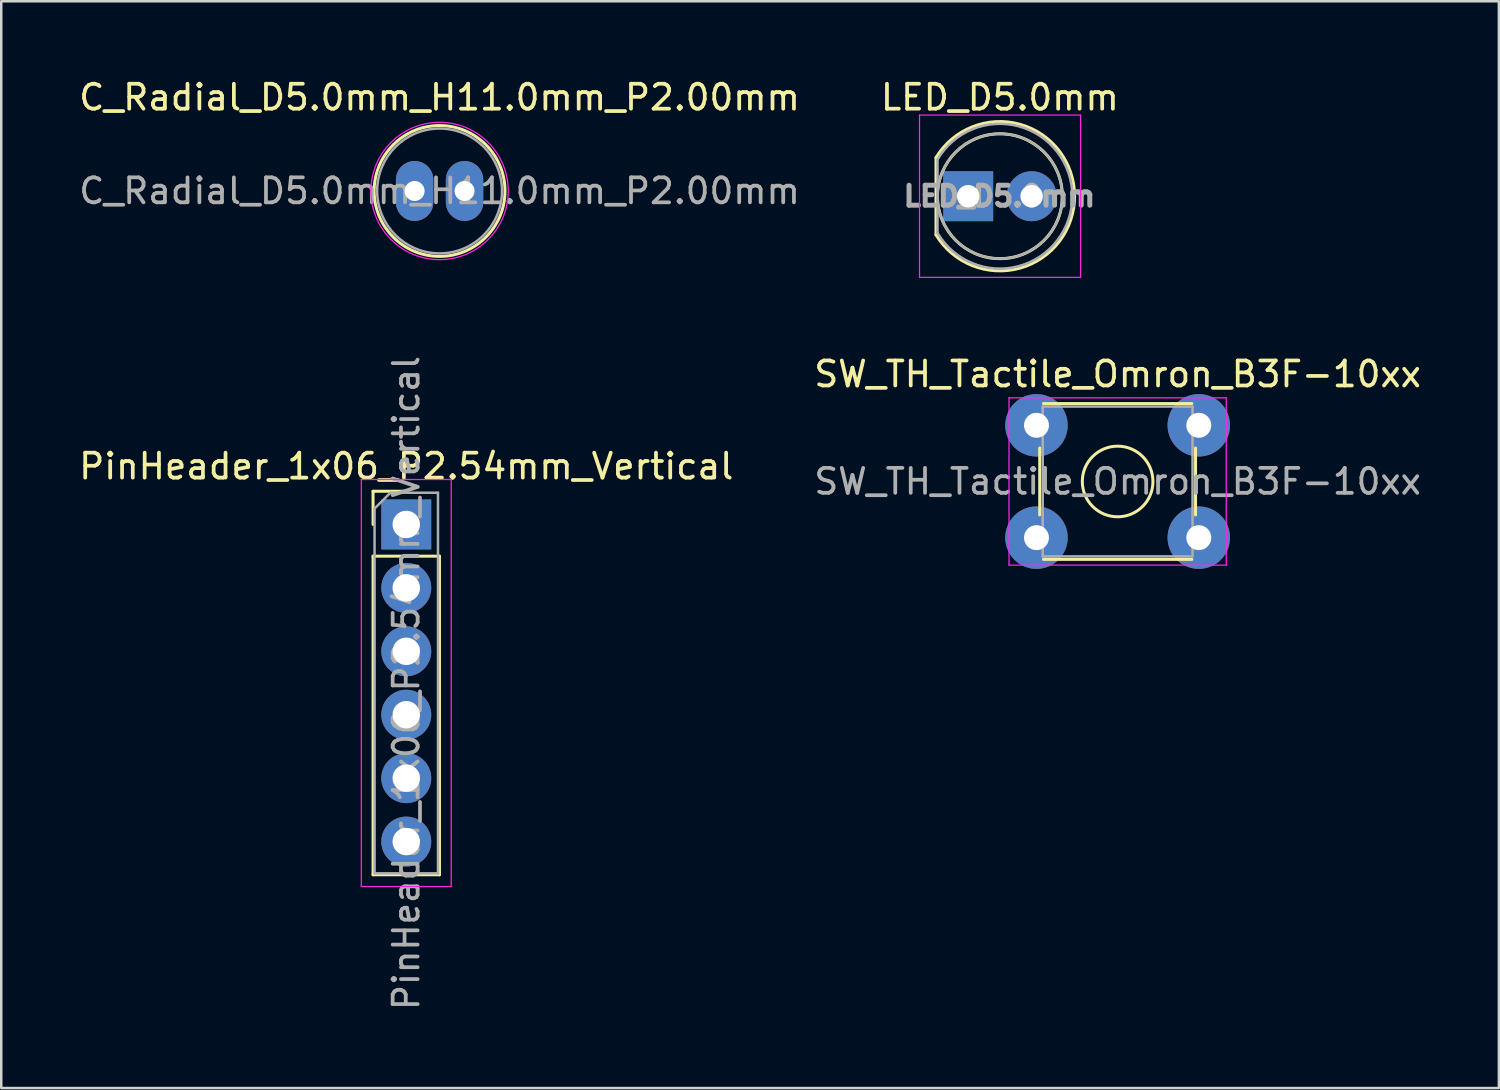
<source format=kicad_pcb>
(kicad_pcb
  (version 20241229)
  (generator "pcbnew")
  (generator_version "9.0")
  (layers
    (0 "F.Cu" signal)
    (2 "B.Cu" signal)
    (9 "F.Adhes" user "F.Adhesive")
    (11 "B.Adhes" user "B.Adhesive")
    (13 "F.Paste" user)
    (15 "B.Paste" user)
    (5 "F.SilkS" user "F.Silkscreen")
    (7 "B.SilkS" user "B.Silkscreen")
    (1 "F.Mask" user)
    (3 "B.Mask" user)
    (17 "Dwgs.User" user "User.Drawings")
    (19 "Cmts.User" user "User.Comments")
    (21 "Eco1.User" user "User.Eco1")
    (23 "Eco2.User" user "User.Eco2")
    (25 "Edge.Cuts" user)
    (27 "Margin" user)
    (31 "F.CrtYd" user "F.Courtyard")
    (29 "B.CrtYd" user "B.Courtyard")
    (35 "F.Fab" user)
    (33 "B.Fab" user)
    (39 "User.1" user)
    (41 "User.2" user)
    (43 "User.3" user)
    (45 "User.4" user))
  (footprint "PinHeader_1x06_P2.54mm_Vertical"
    (layer "F.Cu")
    (at 13.22 17.953)
    (property "Reference" "PinHeader_1x06_P2.54mm_Vertical" (at 0 -2.33 0) (layer "F.SilkS") (effects (font (size 1 1) (thickness 0.15))))
    (attr through_hole)
    (fp_line (start -1.33 -1.33) (end 0 -1.33) (stroke (width 0.12) (type solid)) (layer "F.SilkS"))
    (fp_line (start -1.33 0) (end -1.33 -1.33) (stroke (width 0.12) (type solid)) (layer "F.SilkS"))
    (fp_line (start -1.33 1.27) (end -1.33 14.03) (stroke (width 0.12) (type solid)) (layer "F.SilkS"))
    (fp_line (start -1.33 1.27) (end 1.33 1.27) (stroke (width 0.12) (type solid)) (layer "F.SilkS"))
    (fp_line (start -1.33 14.03) (end 1.33 14.03) (stroke (width 0.12) (type solid)) (layer "F.SilkS"))
    (fp_line (start 1.33 1.27) (end 1.33 14.03) (stroke (width 0.12) (type solid)) (layer "F.SilkS"))
    (fp_line (start -1.8 -1.8) (end -1.8 14.5) (stroke (width 0.05) (type solid)) (layer "F.CrtYd"))
    (fp_line (start -1.8 14.5) (end 1.8 14.5) (stroke (width 0.05) (type solid)) (layer "F.CrtYd"))
    (fp_line (start 1.8 -1.8) (end -1.8 -1.8) (stroke (width 0.05) (type solid)) (layer "F.CrtYd"))
    (fp_line (start 1.8 14.5) (end 1.8 -1.8) (stroke (width 0.05) (type solid)) (layer "F.CrtYd"))
    (fp_line (start -1.27 -0.635) (end -0.635 -1.27) (stroke (width 0.1) (type solid)) (layer "F.Fab"))
    (fp_line (start -1.27 13.97) (end -1.27 -0.635) (stroke (width 0.1) (type solid)) (layer "F.Fab"))
    (fp_line (start -0.635 -1.27) (end 1.27 -1.27) (stroke (width 0.1) (type solid)) (layer "F.Fab"))
    (fp_line (start 1.27 -1.27) (end 1.27 13.97) (stroke (width 0.1) (type solid)) (layer "F.Fab"))
    (fp_line (start 1.27 13.97) (end -1.27 13.97) (stroke (width 0.1) (type solid)) (layer "F.Fab"))
    (fp_text user "${REFERENCE}" (at 0 6.35 90) (layer "F.Fab") (effects (font (size 1 1) (thickness 0.15))))
    (pad "1" thru_hole rect (at 0 0) (size 2 2) (drill 1.1) (layers "*.Cu" "*.Mask"))
    (pad "2" thru_hole oval (at 0 2.54) (size 2 2) (drill 1.1) (layers "*.Cu" "*.Mask"))
    (pad "3" thru_hole oval (at 0 5.08) (size 2 2) (drill 1.1) (layers "*.Cu" "*.Mask"))
    (pad "4" thru_hole oval (at 0 7.62) (size 2 2) (drill 1.1) (layers "*.Cu" "*.Mask"))
    (pad "5" thru_hole oval (at 0 10.16) (size 2 2) (drill 1.1) (layers "*.Cu" "*.Mask"))
    (pad "6" thru_hole oval (at 0 12.7) (size 2 2) (drill 1.1) (layers "*.Cu" "*.Mask")))
  (footprint "LED_D5.0mm"
    (layer "F.Cu")
    (at 35.724 4.808)
    (property "Reference" "LED_D5.0mm" (at 1.27 -3.96 0) (layer "F.SilkS") (effects (font (size 1 1) (thickness 0.15))))
    (attr through_hole)
    (fp_line (start -1.29 -1.545) (end -1.29 1.545) (stroke (width 0.12) (type solid)) (layer "F.SilkS"))
    (fp_arc (start -1.29 -1.54483) (mid 2.072002 -2.880433) (end 4.26 0.000462) (stroke (width 0.12) (type solid)) (layer "F.SilkS"))
    (fp_arc (start 4.26 -0.000462) (mid 2.072002 2.880433) (end -1.29 1.54483) (stroke (width 0.12) (type solid)) (layer "F.SilkS"))
    (fp_circle (center 1.27 0) (end 3.77 0) (stroke (width 0.12) (type solid)) (fill no) (layer "F.SilkS"))
    (fp_line (start -1.95 -3.25) (end -1.95 3.25) (stroke (width 0.05) (type solid)) (layer "F.CrtYd"))
    (fp_line (start -1.95 3.25) (end 4.5 3.25) (stroke (width 0.05) (type solid)) (layer "F.CrtYd"))
    (fp_line (start 4.5 -3.25) (end -1.95 -3.25) (stroke (width 0.05) (type solid)) (layer "F.CrtYd"))
    (fp_line (start 4.5 3.25) (end 4.5 -3.25) (stroke (width 0.05) (type solid)) (layer "F.CrtYd"))
    (fp_line (start -1.23 -1.47) (end -1.23 1.47) (stroke (width 0.1) (type solid)) (layer "F.Fab"))
    (fp_arc (start -1.23 -1.469694) (mid 4.17 0.000016) (end -1.230016 1.469666) (stroke (width 0.1) (type solid)) (layer "F.Fab"))
    (fp_circle (center 1.27 0) (end 3.77 0) (stroke (width 0.1) (type solid)) (fill no) (layer "F.Fab"))
    (fp_text user "${REFERENCE}" (at 1.25 0 0) (layer "F.Fab") (effects (font (size 0.8 0.8) (thickness 0.2))))
    (pad "1" thru_hole rect (at 0 0) (size 2 2) (drill 0.9) (layers "*.Cu" "*.Mask"))
    (pad "2" thru_hole circle (at 2.54 0) (size 2 2) (drill 0.9) (layers "*.Cu" "*.Mask")))
  (footprint "C_Radial_D5.0mm_H11.0mm_P2.00mm"
    (layer "F.Cu")
    (at 13.554 4.598)
    (property "Reference" "C_Radial_D5.0mm_H11.0mm_P2.00mm" (at 1 -3.75 0) (layer "F.SilkS") (effects (font (size 1 1) (thickness 0.15))))
    (attr through_hole)
    (fp_circle (center 1 0) (end 3.62 0) (stroke (width 0.12) (type solid)) (fill no) (layer "F.SilkS"))
    (fp_circle (center 1 0) (end 3.75 0) (stroke (width 0.05) (type solid)) (fill no) (layer "F.CrtYd"))
    (fp_circle (center 1 0) (end 3.5 0) (stroke (width 0.1) (type solid)) (fill no) (layer "F.Fab"))
    (fp_text user "${REFERENCE}" (at 1 0 0) (layer "F.Fab") (effects (font (size 1 1) (thickness 0.15))))
    (pad "1" thru_hole oval (at 0 0) (size 1.5 2.4) (drill 0.8) (layers "*.Cu" "*.Mask"))
    (pad "2" thru_hole oval (at 2 0) (size 1.5 2.4) (drill 0.8) (layers "*.Cu" "*.Mask")))
  (footprint "SW_TH_Tactile_Omron_B3F-10xx"
    (layer "F.Cu")
    (at 38.458 13.982)
    (property "Reference" "SW_TH_Tactile_Omron_B3F-10xx" (at 3.25 -2.05 0) (layer "F.SilkS") (effects (font (size 1 1) (thickness 0.15))))
    (attr through_hole)
    (fp_line (start 0.13 3.59) (end 0.13 0.91) (stroke (width 0.12) (type solid)) (layer "F.SilkS"))
    (fp_line (start 0.28 -0.87) (end 6.22 -0.87) (stroke (width 0.12) (type solid)) (layer "F.SilkS"))
    (fp_line (start 0.28 5.37) (end 6.22 5.37) (stroke (width 0.12) (type solid)) (layer "F.SilkS"))
    (fp_line (start 6.37 0.91) (end 6.37 3.59) (stroke (width 0.12) (type solid)) (layer "F.SilkS"))
    (fp_circle (center 3.25 2.25) (end 4.25 3.25) (stroke (width 0.12) (type solid)) (fill no) (layer "F.SilkS"))
    (fp_line (start -1.1 -1.1) (end -1.1 5.6) (stroke (width 0.05) (type solid)) (layer "F.CrtYd"))
    (fp_line (start -1.1 -1.1) (end 7.6 -1.1) (stroke (width 0.05) (type solid)) (layer "F.CrtYd"))
    (fp_line (start -1.1 5.6) (end 7.6 5.6) (stroke (width 0.05) (type solid)) (layer "F.CrtYd"))
    (fp_line (start 7.6 5.6) (end 7.6 -1.1) (stroke (width 0.05) (type solid)) (layer "F.CrtYd"))
    (fp_line (start 0.25 -0.75) (end 0.25 5.25) (stroke (width 0.1) (type solid)) (layer "F.Fab"))
    (fp_line (start 0.25 -0.75) (end 6.25 -0.75) (stroke (width 0.1) (type solid)) (layer "F.Fab"))
    (fp_line (start 0.25 5.25) (end 6.25 5.25) (stroke (width 0.1) (type solid)) (layer "F.Fab"))
    (fp_line (start 6.25 -0.75) (end 6.25 5.25) (stroke (width 0.1) (type solid)) (layer "F.Fab"))
    (fp_text user "${REFERENCE}" (at 3.25 2.25 0) (layer "F.Fab") (effects (font (size 1 1) (thickness 0.15))))
    (pad "1" thru_hole circle (at 0 0) (size 2.5 2.5) (drill 1) (layers "*.Cu" "*.Mask"))
    (pad "2" thru_hole circle (at 0 4.5) (size 2.5 2.5) (drill 1) (layers "*.Cu" "*.Mask"))
    (pad "3" thru_hole circle (at 6.5 0) (size 2.5 2.5) (drill 1) (layers "*.Cu" "*.Mask"))
    (pad "4" thru_hole circle (at 6.5 4.5) (size 2.5 2.5) (drill 1) (layers "*.Cu" "*.Mask")))
  (gr_rect
    (start -3 -3)
    (end 56.976 40.524)
    (stroke (width 0.1) (type default))
    (fill no)
    (layer "Edge.Cuts")))
</source>
